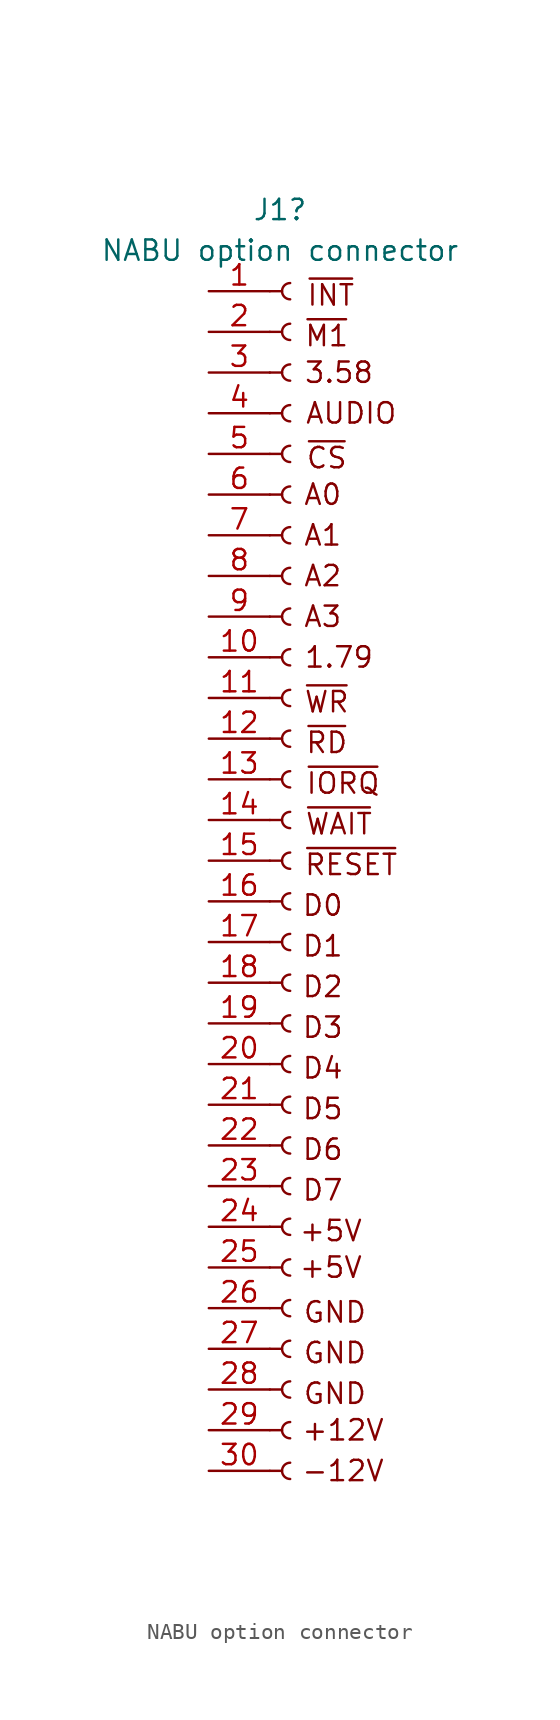
<source format=kicad_sym>
(kicad_symbol_lib
  (version 20211014)
  (generator kicad_symbol_editor)
  (symbol "NABU option connector"
    (pin_names
      (offset 1.016) hide)
    (property "Reference" "J1"
      (at -0.635 40.64 0)
      (effects (font (size 1.27 1.27))))
    (property "Value" "NABU option connector"
      (at -0.635 38.1 0)
      (effects (font (size 1.27 1.27))))
    (symbol "NABU option connector_0_0"
      (text "+12V" (at 3.302 -35.56 0) (effects (font (size 1.27 1.27))))
      (text "+5V" (at 2.54 -25.4 0) (effects (font (size 1.27 1.27))))
      (text "+5V" (at 2.54 -23.114 0) (effects (font (size 1.27 1.27))))
      (text "-12V" (at 3.302 -38.1 0) (effects (font (size 1.27 1.27))))
      (text "1.79" (at 3.048 12.7 0) (effects (font (size 1.27 1.27))))
      (text "3.58" (at 3.048 30.48 0) (effects (font (size 1.27 1.27))))
      (text "A0" (at 2.032 22.86 0) (effects (font (size 1.27 1.27))))
      (text "A1" (at 2.032 20.32 0) (effects (font (size 1.27 1.27))))
      (text "A2" (at 2.032 17.78 0) (effects (font (size 1.27 1.27))))
      (text "A3" (at 2.032 15.24 0) (effects (font (size 1.27 1.27))))
      (text "AUDIO" (at 3.81 27.94 0) (effects (font (size 1.27 1.27))))
      (text "D0" (at 2.032 -2.794 0) (effects (font (size 1.27 1.27))))
      (text "D1" (at 2.032 -5.334 0) (effects (font (size 1.27 1.27))))
      (text "D2" (at 2.032 -7.874 0) (effects (font (size 1.27 1.27))))
      (text "D3" (at 2.032 -10.414 0) (effects (font (size 1.27 1.27))))
      (text "D4" (at 2.032 -12.954 0) (effects (font (size 1.27 1.27))))
      (text "D5" (at 2.032 -15.494 0) (effects (font (size 1.27 1.27))))
      (text "D6" (at 2.032 -18.034 0) (effects (font (size 1.27 1.27))))
      (text "D7" (at 2.032 -20.574 0) (effects (font (size 1.27 1.27))))
      (text "GND" (at 2.794 -33.274 0) (effects (font (size 1.27 1.27))))
      (text "GND" (at 2.794 -30.734 0) (effects (font (size 1.27 1.27))))
      (text "GND" (at 2.794 -28.194 0) (effects (font (size 1.27 1.27))))
      (text "~{CS}" (at 2.286 25.146 0) (effects (font (size 1.27 1.27))))
      (text "~{INT}" (at 2.54 35.306 0) (effects (font (size 1.27 1.27))))
      (text "~{IORQ}" (at 3.302 4.826 0) (effects (font (size 1.27 1.27))))
      (text "~{M1}" (at 2.286 32.766 0) (effects (font (size 1.27 1.27))))
      (text "~{RD}" (at 2.286 7.366 0) (effects (font (size 1.27 1.27))))
      (text "~{RESET}" (at 3.81 -0.254 0) (effects (font (size 1.27 1.27))))
      (text "~{WAIT}" (at 3.048 2.286 0) (effects (font (size 1.27 1.27))))
      (text "~{WR}" (at 2.286 9.906 0) (effects (font (size 1.27 1.27)))))
    (symbol "NABU option connector_1_1"
      (arc (start 0 -37.592) (mid -0.508 -38.1) (end 0 -38.608) (stroke (width 0.1524) (type default) (color 0 0 0 0)) (fill (type none)))
      (arc (start 0 -35.052) (mid -0.508 -35.56) (end 0 -36.068) (stroke (width 0.1524) (type default) (color 0 0 0 0)) (fill (type none)))
      (arc (start 0 -32.512) (mid -0.508 -33.02) (end 0 -33.528) (stroke (width 0.1524) (type default) (color 0 0 0 0)) (fill (type none)))
      (arc (start 0 -29.972) (mid -0.508 -30.48) (end 0 -30.988) (stroke (width 0.1524) (type default) (color 0 0 0 0)) (fill (type none)))
      (arc (start 0 -27.432) (mid -0.508 -27.94) (end 0 -28.448) (stroke (width 0.1524) (type default) (color 0 0 0 0)) (fill (type none)))
      (arc (start 0 -24.892) (mid -0.508 -25.4) (end 0 -25.908) (stroke (width 0.1524) (type default) (color 0 0 0 0)) (fill (type none)))
      (arc (start 0 -22.352) (mid -0.508 -22.86) (end 0 -23.368) (stroke (width 0.1524) (type default) (color 0 0 0 0)) (fill (type none)))
      (arc (start 0 -19.812) (mid -0.508 -20.32) (end 0 -20.828) (stroke (width 0.1524) (type default) (color 0 0 0 0)) (fill (type none)))
      (arc (start 0 -17.272) (mid -0.508 -17.78) (end 0 -18.288) (stroke (width 0.1524) (type default) (color 0 0 0 0)) (fill (type none)))
      (arc (start 0 -14.732) (mid -0.508 -15.24) (end 0 -15.748) (stroke (width 0.1524) (type default) (color 0 0 0 0)) (fill (type none)))
      (arc (start 0 -12.192) (mid -0.508 -12.7) (end 0 -13.208) (stroke (width 0.1524) (type default) (color 0 0 0 0)) (fill (type none)))
      (arc (start 0 -9.652) (mid -0.508 -10.16) (end 0 -10.668) (stroke (width 0.1524) (type default) (color 0 0 0 0)) (fill (type none)))
      (arc (start 0 -7.112) (mid -0.508 -7.62) (end 0 -8.128) (stroke (width 0.1524) (type default) (color 0 0 0 0)) (fill (type none)))
      (arc (start 0 -4.572) (mid -0.508 -5.08) (end 0 -5.588) (stroke (width 0.1524) (type default) (color 0 0 0 0)) (fill (type none)))
      (arc (start 0 -2.032) (mid -0.508 -2.54) (end 0 -3.048) (stroke (width 0.1524) (type default) (color 0 0 0 0)) (fill (type none)))
      (polyline (pts (xy -1.27 -38.1) (xy -0.508 -38.1)) (stroke (width 0.152) (type default) (color 0 0 0 0)) (fill (type none)))
      (polyline (pts (xy -1.27 -35.56) (xy -0.508 -35.56)) (stroke (width 0.152) (type default) (color 0 0 0 0)) (fill (type none)))
      (polyline (pts (xy -1.27 -33.02) (xy -0.508 -33.02)) (stroke (width 0.152) (type default) (color 0 0 0 0)) (fill (type none)))
      (polyline (pts (xy -1.27 -30.48) (xy -0.508 -30.48)) (stroke (width 0.152) (type default) (color 0 0 0 0)) (fill (type none)))
      (polyline (pts (xy -1.27 -27.94) (xy -0.508 -27.94)) (stroke (width 0.152) (type default) (color 0 0 0 0)) (fill (type none)))
      (polyline (pts (xy -1.27 -25.4) (xy -0.508 -25.4)) (stroke (width 0.152) (type default) (color 0 0 0 0)) (fill (type none)))
      (polyline (pts (xy -1.27 -22.86) (xy -0.508 -22.86)) (stroke (width 0.152) (type default) (color 0 0 0 0)) (fill (type none)))
      (polyline (pts (xy -1.27 -20.32) (xy -0.508 -20.32)) (stroke (width 0.152) (type default) (color 0 0 0 0)) (fill (type none)))
      (polyline (pts (xy -1.27 -17.78) (xy -0.508 -17.78)) (stroke (width 0.152) (type default) (color 0 0 0 0)) (fill (type none)))
      (polyline (pts (xy -1.27 -15.24) (xy -0.508 -15.24)) (stroke (width 0.152) (type default) (color 0 0 0 0)) (fill (type none)))
      (polyline (pts (xy -1.27 -12.7) (xy -0.508 -12.7)) (stroke (width 0.152) (type default) (color 0 0 0 0)) (fill (type none)))
      (polyline (pts (xy -1.27 -10.16) (xy -0.508 -10.16)) (stroke (width 0.152) (type default) (color 0 0 0 0)) (fill (type none)))
      (polyline (pts (xy -1.27 -7.62) (xy -0.508 -7.62)) (stroke (width 0.152) (type default) (color 0 0 0 0)) (fill (type none)))
      (polyline (pts (xy -1.27 -5.08) (xy -0.508 -5.08)) (stroke (width 0.152) (type default) (color 0 0 0 0)) (fill (type none)))
      (polyline (pts (xy -1.27 -2.54) (xy -0.508 -2.54)) (stroke (width 0.152) (type default) (color 0 0 0 0)) (fill (type none)))
      (polyline (pts (xy -1.27 0) (xy -0.508 0)) (stroke (width 0.152) (type default) (color 0 0 0 0)) (fill (type none)))
      (polyline (pts (xy -1.27 2.54) (xy -0.508 2.54)) (stroke (width 0.152) (type default) (color 0 0 0 0)) (fill (type none)))
      (polyline (pts (xy -1.27 5.08) (xy -0.508 5.08)) (stroke (width 0.152) (type default) (color 0 0 0 0)) (fill (type none)))
      (polyline (pts (xy -1.27 7.62) (xy -0.508 7.62)) (stroke (width 0.152) (type default) (color 0 0 0 0)) (fill (type none)))
      (polyline (pts (xy -1.27 10.16) (xy -0.508 10.16)) (stroke (width 0.152) (type default) (color 0 0 0 0)) (fill (type none)))
      (polyline (pts (xy -1.27 12.7) (xy -0.508 12.7)) (stroke (width 0.152) (type default) (color 0 0 0 0)) (fill (type none)))
      (polyline (pts (xy -1.27 15.24) (xy -0.508 15.24)) (stroke (width 0.152) (type default) (color 0 0 0 0)) (fill (type none)))
      (polyline (pts (xy -1.27 17.78) (xy -0.508 17.78)) (stroke (width 0.152) (type default) (color 0 0 0 0)) (fill (type none)))
      (polyline (pts (xy -1.27 20.32) (xy -0.508 20.32)) (stroke (width 0.152) (type default) (color 0 0 0 0)) (fill (type none)))
      (polyline (pts (xy -1.27 22.86) (xy -0.508 22.86)) (stroke (width 0.152) (type default) (color 0 0 0 0)) (fill (type none)))
      (polyline (pts (xy -1.27 25.4) (xy -0.508 25.4)) (stroke (width 0.152) (type default) (color 0 0 0 0)) (fill (type none)))
      (polyline (pts (xy -1.27 27.94) (xy -0.508 27.94)) (stroke (width 0.152) (type default) (color 0 0 0 0)) (fill (type none)))
      (polyline (pts (xy -1.27 30.48) (xy -0.508 30.48)) (stroke (width 0.152) (type default) (color 0 0 0 0)) (fill (type none)))
      (polyline (pts (xy -1.27 33.02) (xy -0.508 33.02)) (stroke (width 0.152) (type default) (color 0 0 0 0)) (fill (type none)))
      (polyline (pts (xy -1.27 35.56) (xy -0.508 35.56)) (stroke (width 0.152) (type default) (color 0 0 0 0)) (fill (type none)))
      (arc (start 0 0.508) (mid -0.508 0) (end 0 -0.508) (stroke (width 0.1524) (type default) (color 0 0 0 0)) (fill (type none)))
      (arc (start 0 3.048) (mid -0.508 2.54) (end 0 2.032) (stroke (width 0.1524) (type default) (color 0 0 0 0)) (fill (type none)))
      (arc (start 0 5.588) (mid -0.508 5.08) (end 0 4.572) (stroke (width 0.1524) (type default) (color 0 0 0 0)) (fill (type none)))
      (arc (start 0 8.128) (mid -0.508 7.62) (end 0 7.112) (stroke (width 0.1524) (type default) (color 0 0 0 0)) (fill (type none)))
      (arc (start 0 10.668) (mid -0.508 10.16) (end 0 9.652) (stroke (width 0.1524) (type default) (color 0 0 0 0)) (fill (type none)))
      (arc (start 0 13.208) (mid -0.508 12.7) (end 0 12.192) (stroke (width 0.1524) (type default) (color 0 0 0 0)) (fill (type none)))
      (arc (start 0 15.748) (mid -0.508 15.24) (end 0 14.732) (stroke (width 0.1524) (type default) (color 0 0 0 0)) (fill (type none)))
      (arc (start 0 18.288) (mid -0.508 17.78) (end 0 17.272) (stroke (width 0.1524) (type default) (color 0 0 0 0)) (fill (type none)))
      (arc (start 0 20.828) (mid -0.508 20.32) (end 0 19.812) (stroke (width 0.1524) (type default) (color 0 0 0 0)) (fill (type none)))
      (arc (start 0 23.368) (mid -0.508 22.86) (end 0 22.352) (stroke (width 0.1524) (type default) (color 0 0 0 0)) (fill (type none)))
      (arc (start 0 25.908) (mid -0.508 25.4) (end 0 24.892) (stroke (width 0.1524) (type default) (color 0 0 0 0)) (fill (type none)))
      (arc (start 0 28.448) (mid -0.508 27.94) (end 0 27.432) (stroke (width 0.1524) (type default) (color 0 0 0 0)) (fill (type none)))
      (arc (start 0 30.988) (mid -0.508 30.48) (end 0 29.972) (stroke (width 0.1524) (type default) (color 0 0 0 0)) (fill (type none)))
      (arc (start 0 33.528) (mid -0.508 33.02) (end 0 32.512) (stroke (width 0.1524) (type default) (color 0 0 0 0)) (fill (type none)))
      (arc (start 0 36.068) (mid -0.508 35.56) (end 0 35.052) (stroke (width 0.1524) (type default) (color 0 0 0 0)) (fill (type none)))
      (pin input line (at -5.08 35.56 0) (length 3.81) (name "~{INT}" (effects (font (size 1.27 1.27)))) (number "1" (effects (font (size 1.27 1.27)))))
      (pin output line (at -5.08 12.7 0) (length 3.81) (name "1.79" (effects (font (size 1.27 1.27)))) (number "10" (effects (font (size 1.27 1.27)))))
      (pin output line (at -5.08 10.16 0) (length 3.81) (name "~{WR}" (effects (font (size 1.27 1.27)))) (number "11" (effects (font (size 1.27 1.27)))))
      (pin output line (at -5.08 7.62 0) (length 3.81) (name "~{RD}" (effects (font (size 1.27 1.27)))) (number "12" (effects (font (size 1.27 1.27)))))
      (pin output line (at -5.08 5.08 0) (length 3.81) (name "~{IORQ}" (effects (font (size 1.27 1.27)))) (number "13" (effects (font (size 1.27 1.27)))))
      (pin input line (at -5.08 2.54 0) (length 3.81) (name "~{WAIT}" (effects (font (size 1.27 1.27)))) (number "14" (effects (font (size 1.27 1.27)))))
      (pin output line (at -5.08 0 0) (length 3.81) (name "~{RESET}" (effects (font (size 1.27 1.27)))) (number "15" (effects (font (size 1.27 1.27)))))
      (pin bidirectional line (at -5.08 -2.54 0) (length 3.81) (name "D0" (effects (font (size 1.27 1.27)))) (number "16" (effects (font (size 1.27 1.27)))))
      (pin bidirectional line (at -5.08 -5.08 0) (length 3.81) (name "D1" (effects (font (size 1.27 1.27)))) (number "17" (effects (font (size 1.27 1.27)))))
      (pin bidirectional line (at -5.08 -7.62 0) (length 3.81) (name "D2" (effects (font (size 1.27 1.27)))) (number "18" (effects (font (size 1.27 1.27)))))
      (pin bidirectional line (at -5.08 -10.16 0) (length 3.81) (name "D3" (effects (font (size 1.27 1.27)))) (number "19" (effects (font (size 1.27 1.27)))))
      (pin output line (at -5.08 33.02 0) (length 3.81) (name "~{M1}" (effects (font (size 1.27 1.27)))) (number "2" (effects (font (size 1.27 1.27)))))
      (pin bidirectional line (at -5.08 -12.7 0) (length 3.81) (name "D4" (effects (font (size 1.27 1.27)))) (number "20" (effects (font (size 1.27 1.27)))))
      (pin bidirectional line (at -5.08 -15.24 0) (length 3.81) (name "D5" (effects (font (size 1.27 1.27)))) (number "21" (effects (font (size 1.27 1.27)))))
      (pin bidirectional line (at -5.08 -17.78 0) (length 3.81) (name "D6" (effects (font (size 1.27 1.27)))) (number "22" (effects (font (size 1.27 1.27)))))
      (pin bidirectional line (at -5.08 -20.32 0) (length 3.81) (name "D7" (effects (font (size 1.27 1.27)))) (number "23" (effects (font (size 1.27 1.27)))))
      (pin power_out line (at -5.08 -22.86 0) (length 3.81) (name "+5V" (effects (font (size 1.27 1.27)))) (number "24" (effects (font (size 1.27 1.27)))))
      (pin power_out line (at -5.08 -25.4 0) (length 3.81) (name "+5V" (effects (font (size 1.27 1.27)))) (number "25" (effects (font (size 1.27 1.27)))))
      (pin power_out line (at -5.08 -27.94 0) (length 3.81) (name "GND" (effects (font (size 1.27 1.27)))) (number "26" (effects (font (size 1.27 1.27)))))
      (pin power_out line (at -5.08 -30.48 0) (length 3.81) (name "GND" (effects (font (size 1.27 1.27)))) (number "27" (effects (font (size 1.27 1.27)))))
      (pin power_out line (at -5.08 -33.02 0) (length 3.81) (name "GND" (effects (font (size 1.27 1.27)))) (number "28" (effects (font (size 1.27 1.27)))))
      (pin power_out line (at -5.08 -35.56 0) (length 3.81) (name "+12V" (effects (font (size 1.27 1.27)))) (number "29" (effects (font (size 1.27 1.27)))))
      (pin output line (at -5.08 30.48 0) (length 3.81) (name "3.58" (effects (font (size 1.27 1.27)))) (number "3" (effects (font (size 1.27 1.27)))))
      (pin power_out line (at -5.08 -38.1 0) (length 3.81) (name "-12V" (effects (font (size 1.27 1.27)))) (number "30" (effects (font (size 1.27 1.27)))))
      (pin input line (at -5.08 27.94 0) (length 3.81) (name "AUDIO" (effects (font (size 1.27 1.27)))) (number "4" (effects (font (size 1.27 1.27)))))
      (pin output line (at -5.08 25.4 0) (length 3.81) (name "~{CS}" (effects (font (size 1.27 1.27)))) (number "5" (effects (font (size 1.27 1.27)))))
      (pin output line (at -5.08 22.86 0) (length 3.81) (name "A0" (effects (font (size 1.27 1.27)))) (number "6" (effects (font (size 1.27 1.27)))))
      (pin output line (at -5.08 20.32 0) (length 3.81) (name "A1" (effects (font (size 1.27 1.27)))) (number "7" (effects (font (size 1.27 1.27)))))
      (pin output line (at -5.08 17.78 0) (length 3.81) (name "A2" (effects (font (size 1.27 1.27)))) (number "8" (effects (font (size 1.27 1.27)))))
      (pin output line (at -5.08 15.24 0) (length 3.81) (name "A3" (effects (font (size 1.27 1.27)))) (number "9" (effects (font (size 1.27 1.27))))))))
</source>
